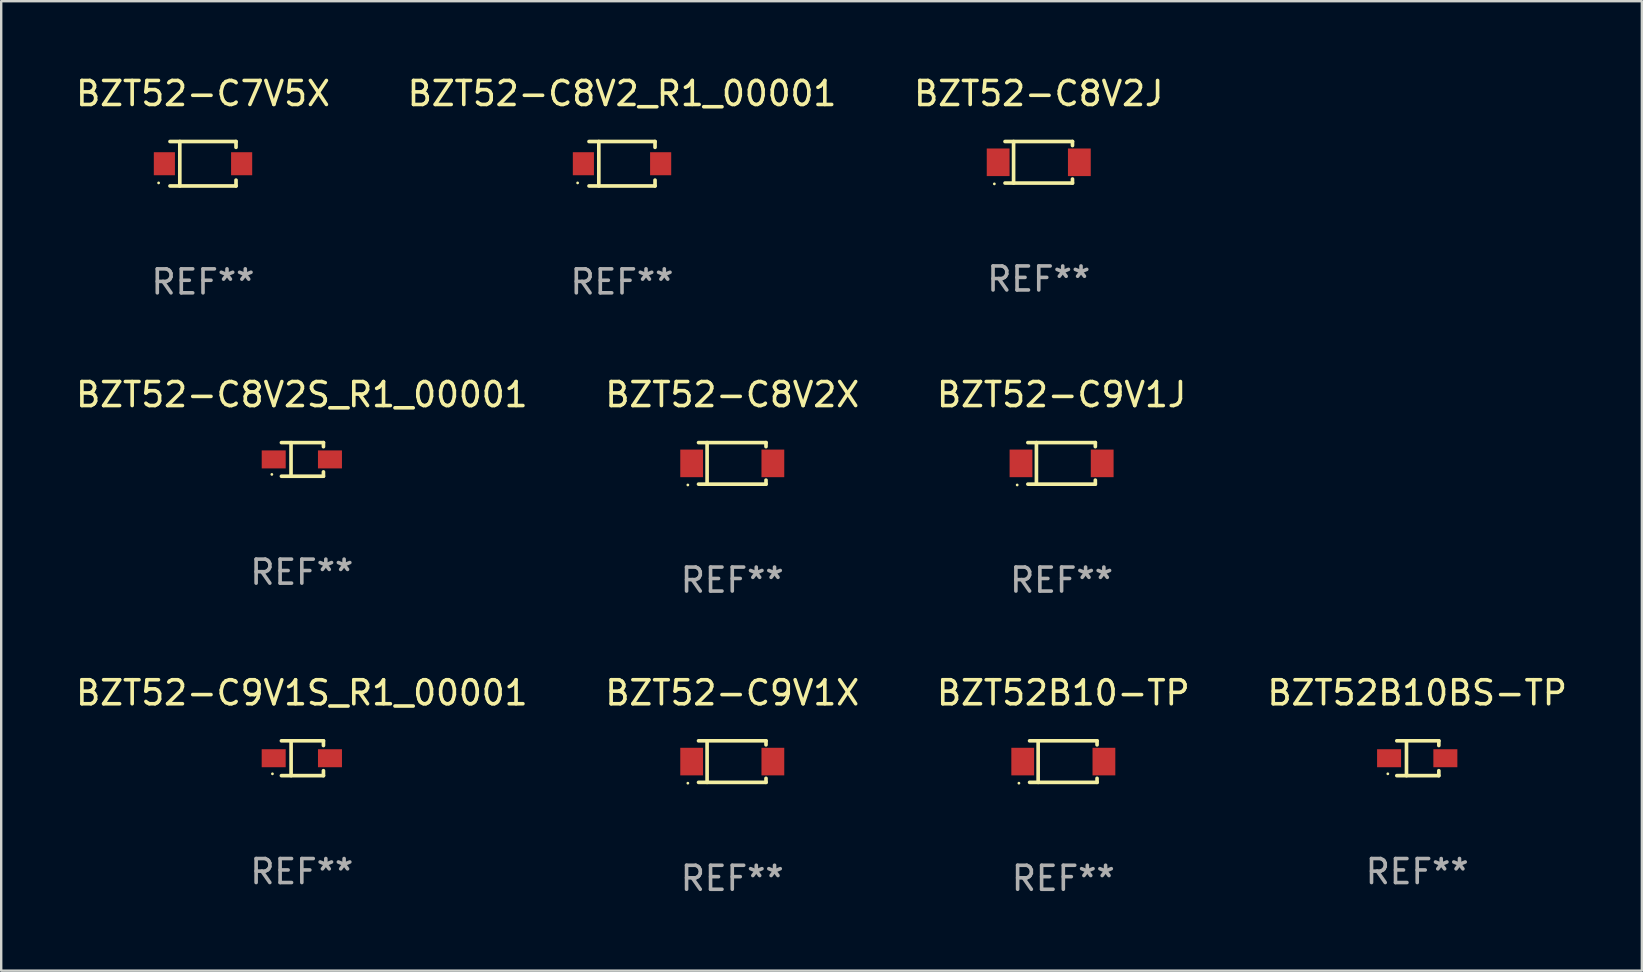
<source format=kicad_pcb>
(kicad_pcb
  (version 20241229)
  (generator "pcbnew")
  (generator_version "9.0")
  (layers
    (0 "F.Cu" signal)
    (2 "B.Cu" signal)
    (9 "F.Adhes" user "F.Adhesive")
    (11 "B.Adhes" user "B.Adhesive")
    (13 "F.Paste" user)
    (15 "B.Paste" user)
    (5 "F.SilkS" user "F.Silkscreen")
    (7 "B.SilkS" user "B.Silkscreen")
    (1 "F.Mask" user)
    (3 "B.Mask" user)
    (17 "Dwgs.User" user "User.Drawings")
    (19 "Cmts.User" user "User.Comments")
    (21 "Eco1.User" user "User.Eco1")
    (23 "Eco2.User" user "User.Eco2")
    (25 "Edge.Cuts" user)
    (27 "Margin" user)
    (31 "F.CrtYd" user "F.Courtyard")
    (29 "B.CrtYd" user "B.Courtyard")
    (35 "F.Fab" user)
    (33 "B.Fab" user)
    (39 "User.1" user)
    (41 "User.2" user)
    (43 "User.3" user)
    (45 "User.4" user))
  (footprint "BZT52-C9V1X"
    (layer "F.Cu")
    (at 27.47 28.692)
    (property "Reference" "BZT52-C9V1X" (at 0 -2.866 0) (layer "F.SilkS") (effects (font (size 1 1) (thickness 0.15))))
    (attr through_hole)
    (fp_line (start -1.406 -0.866) (end 1.406 -0.866) (stroke (width 0.152) (type solid)) (layer "F.SilkS"))
    (fp_line (start -1.406 0.866) (end 1.406 0.866) (stroke (width 0.152) (type solid)) (layer "F.SilkS"))
    (fp_line (start -1.049 -0.866) (end -1.049 0.866) (stroke (width 0.152) (type solid)) (layer "F.SilkS"))
    (fp_line (start 1.406 -0.866) (end 1.406 -0.698) (stroke (width 0.152) (type solid)) (layer "F.SilkS"))
    (fp_line (start 1.406 0.866) (end 1.406 0.698) (stroke (width 0.152) (type solid)) (layer "F.SilkS"))
    (fp_circle (center -1.851 0.9) (end -1.821 0.9) (stroke (width 0.06) (type solid)) (fill no) (layer "F.SilkS"))
    (fp_text user "REF**" (at 0 4.866 0) (layer "F.Fab") (effects (font (size 1 1) (thickness 0.15))))
    (pad "1" smd rect (at -1.692 0) (size 0.95 1.15) (layers "F.Cu" "F.Mask" "F.Paste"))
    (pad "2" smd rect (at 1.692 0) (size 0.95 1.15) (layers "F.Cu" "F.Mask" "F.Paste")))
  (footprint "BZT52-C9V1S_R1_00001"
    (layer "F.Cu")
    (at 9.53 28.552)
    (property "Reference" "BZT52-C9V1S_R1_00001" (at 0 -2.726 0) (layer "F.SilkS") (effects (font (size 1 1) (thickness 0.15))))
    (attr through_hole)
    (fp_line (start -0.851 -0.726) (end 0.901 -0.726) (stroke (width 0.152) (type solid)) (layer "F.SilkS"))
    (fp_line (start -0.851 0.726) (end 0.901 0.726) (stroke (width 0.152) (type solid)) (layer "F.SilkS"))
    (fp_line (start -0.447 -0.726) (end -0.447 0.726) (stroke (width 0.152) (type solid)) (layer "F.SilkS"))
    (fp_line (start 0.901 -0.726) (end 0.901 -0.53) (stroke (width 0.152) (type solid)) (layer "F.SilkS"))
    (fp_line (start 0.901 0.726) (end 0.901 0.52) (stroke (width 0.152) (type solid)) (layer "F.SilkS"))
    (fp_circle (center -1.225 0.65) (end -1.195 0.65) (stroke (width 0.06) (type solid)) (fill no) (layer "F.SilkS"))
    (fp_text user "REF**" (at 0 4.726 0) (layer "F.Fab") (effects (font (size 1 1) (thickness 0.15))))
    (pad "1" smd rect (at -1.173 0) (size 1 0.75) (layers "F.Cu" "F.Mask" "F.Paste"))
    (pad "2" smd rect (at 1.173 0) (size 1 0.75) (layers "F.Cu" "F.Mask" "F.Paste")))
  (footprint "BZT52-C8V2S_R1_00001"
    (layer "F.Cu")
    (at 9.53 16.098)
    (property "Reference" "BZT52-C8V2S_R1_00001" (at 0 -2.701 0) (layer "F.SilkS") (effects (font (size 1 1) (thickness 0.15))))
    (attr through_hole)
    (fp_line (start -0.851 -0.701) (end 0.901 -0.701) (stroke (width 0.152) (type solid)) (layer "F.SilkS"))
    (fp_line (start -0.851 0.701) (end 0.901 0.701) (stroke (width 0.152) (type solid)) (layer "F.SilkS"))
    (fp_line (start -0.45 -0.7) (end -0.45 0.69) (stroke (width 0.152) (type solid)) (layer "F.SilkS"))
    (fp_line (start 0.9 -0.7) (end 0.901 -0.53) (stroke (width 0.152) (type solid)) (layer "F.SilkS"))
    (fp_line (start 0.9 0.7) (end 0.901 0.52) (stroke (width 0.152) (type solid)) (layer "F.SilkS"))
    (fp_circle (center -1.25 0.625) (end -1.22 0.625) (stroke (width 0.06) (type solid)) (fill no) (layer "F.SilkS"))
    (fp_text user "REF**" (at 0 4.701 0) (layer "F.Fab") (effects (font (size 1 1) (thickness 0.15))))
    (pad "1" smd rect (at -1.172 -0.000102) (size 1 0.75) (layers "F.Cu" "F.Mask" "F.Paste"))
    (pad "2" smd rect (at 1.172 -0.000102) (size 1 0.75) (layers "F.Cu" "F.Mask" "F.Paste")))
  (footprint "BZT52B10BS-TP"
    (layer "F.Cu")
    (at 56.018 28.552)
    (property "Reference" "BZT52B10BS-TP" (at 0 -2.726 0) (layer "F.SilkS") (effects (font (size 1 1) (thickness 0.15))))
    (attr through_hole)
    (fp_line (start -0.851 -0.726) (end 0.901 -0.726) (stroke (width 0.152) (type solid)) (layer "F.SilkS"))
    (fp_line (start -0.851 0.726) (end 0.901 0.726) (stroke (width 0.152) (type solid)) (layer "F.SilkS"))
    (fp_line (start -0.447 -0.726) (end -0.447 0.726) (stroke (width 0.152) (type solid)) (layer "F.SilkS"))
    (fp_line (start 0.901 -0.726) (end 0.901 -0.53) (stroke (width 0.152) (type solid)) (layer "F.SilkS"))
    (fp_line (start 0.901 0.726) (end 0.901 0.52) (stroke (width 0.152) (type solid)) (layer "F.SilkS"))
    (fp_circle (center -1.225 0.65) (end -1.195 0.65) (stroke (width 0.06) (type solid)) (fill no) (layer "F.SilkS"))
    (fp_text user "REF**" (at 0 4.726 0) (layer "F.Fab") (effects (font (size 1 1) (thickness 0.15))))
    (pad "1" smd rect (at -1.173 0) (size 1 0.75) (layers "F.Cu" "F.Mask" "F.Paste"))
    (pad "2" smd rect (at 1.173 0) (size 1 0.75) (layers "F.Cu" "F.Mask" "F.Paste")))
  (footprint "BZT52-C8V2J"
    (layer "F.Cu")
    (at 40.244 3.714)
    (property "Reference" "BZT52-C8V2J" (at 0 -2.866 0) (layer "F.SilkS") (effects (font (size 1 1) (thickness 0.15))))
    (attr through_hole)
    (fp_line (start -1.406 -0.866) (end 1.406 -0.866) (stroke (width 0.152) (type solid)) (layer "F.SilkS"))
    (fp_line (start -1.406 0.866) (end 1.406 0.866) (stroke (width 0.152) (type solid)) (layer "F.SilkS"))
    (fp_line (start -1.049 -0.866) (end -1.049 0.866) (stroke (width 0.152) (type solid)) (layer "F.SilkS"))
    (fp_line (start 1.406 -0.866) (end 1.406 -0.698) (stroke (width 0.152) (type solid)) (layer "F.SilkS"))
    (fp_line (start 1.406 0.866) (end 1.406 0.698) (stroke (width 0.152) (type solid)) (layer "F.SilkS"))
    (fp_circle (center -1.851 0.9) (end -1.821 0.9) (stroke (width 0.06) (type solid)) (fill no) (layer "F.SilkS"))
    (fp_text user "REF**" (at 0 4.866 0) (layer "F.Fab") (effects (font (size 1 1) (thickness 0.15))))
    (pad "1" smd rect (at -1.692 0) (size 0.95 1.15) (layers "F.Cu" "F.Mask" "F.Paste"))
    (pad "2" smd rect (at 1.692 0) (size 0.95 1.15) (layers "F.Cu" "F.Mask" "F.Paste")))
  (footprint "BZT52-C8V2_R1_00001"
    (layer "F.Cu")
    (at 22.875 3.774)
    (property "Reference" "BZT52-C8V2_R1_00001" (at 0 -2.926 0) (layer "F.SilkS") (effects (font (size 1 1) (thickness 0.15))))
    (attr through_hole)
    (fp_line (start -1.376 -0.926) (end 1.376 -0.926) (stroke (width 0.152) (type solid)) (layer "F.SilkS"))
    (fp_line (start -1.376 0.926) (end 1.376 0.926) (stroke (width 0.152) (type solid)) (layer "F.SilkS"))
    (fp_line (start -0.967 -0.926) (end -0.967 0.926) (stroke (width 0.152) (type solid)) (layer "F.SilkS"))
    (fp_line (start 1.376 -0.926) (end 1.376 -0.683) (stroke (width 0.152) (type solid)) (layer "F.SilkS"))
    (fp_line (start 1.376 0.926) (end 1.376 0.683) (stroke (width 0.152) (type solid)) (layer "F.SilkS"))
    (fp_circle (center -1.85 0.8) (end -1.82 0.8) (stroke (width 0.06) (type solid)) (fill no) (layer "F.SilkS"))
    (fp_text user "REF**" (at 0 4.926 0) (layer "F.Fab") (effects (font (size 1 1) (thickness 0.15))))
    (pad "1" smd rect (at -1.61 0) (size 0.88 0.96) (layers "F.Cu" "F.Mask" "F.Paste"))
    (pad "2" smd rect (at 1.61 0) (size 0.88 0.96) (layers "F.Cu" "F.Mask" "F.Paste")))
  (footprint "BZT52-C7V5X"
    (layer "F.Cu")
    (at 5.411 3.774)
    (property "Reference" "BZT52-C7V5X" (at 0 -2.926 0) (layer "F.SilkS") (effects (font (size 1 1) (thickness 0.15))))
    (attr through_hole)
    (fp_line (start -1.376 -0.926) (end 1.376 -0.926) (stroke (width 0.152) (type solid)) (layer "F.SilkS"))
    (fp_line (start -1.376 0.926) (end 1.376 0.926) (stroke (width 0.152) (type solid)) (layer "F.SilkS"))
    (fp_line (start -0.967 -0.926) (end -0.967 0.926) (stroke (width 0.152) (type solid)) (layer "F.SilkS"))
    (fp_line (start 1.376 -0.926) (end 1.376 -0.683) (stroke (width 0.152) (type solid)) (layer "F.SilkS"))
    (fp_line (start 1.376 0.926) (end 1.376 0.683) (stroke (width 0.152) (type solid)) (layer "F.SilkS"))
    (fp_circle (center -1.85 0.8) (end -1.82 0.8) (stroke (width 0.06) (type solid)) (fill no) (layer "F.SilkS"))
    (fp_text user "REF**" (at 0 4.926 0) (layer "F.Fab") (effects (font (size 1 1) (thickness 0.15))))
    (pad "1" smd rect (at -1.61 0) (size 0.88 0.96) (layers "F.Cu" "F.Mask" "F.Paste"))
    (pad "2" smd rect (at 1.61 0) (size 0.88 0.96) (layers "F.Cu" "F.Mask" "F.Paste")))
  (footprint "BZT52-C8V2X"
    (layer "F.Cu")
    (at 27.47 16.263)
    (property "Reference" "BZT52-C8V2X" (at 0 -2.866 0) (layer "F.SilkS") (effects (font (size 1 1) (thickness 0.15))))
    (attr through_hole)
    (fp_line (start -1.406 -0.866) (end 1.406 -0.866) (stroke (width 0.152) (type solid)) (layer "F.SilkS"))
    (fp_line (start -1.406 0.866) (end 1.406 0.866) (stroke (width 0.152) (type solid)) (layer "F.SilkS"))
    (fp_line (start -1.049 -0.866) (end -1.049 0.866) (stroke (width 0.152) (type solid)) (layer "F.SilkS"))
    (fp_line (start 1.406 -0.866) (end 1.406 -0.698) (stroke (width 0.152) (type solid)) (layer "F.SilkS"))
    (fp_line (start 1.406 0.866) (end 1.406 0.698) (stroke (width 0.152) (type solid)) (layer "F.SilkS"))
    (fp_circle (center -1.851 0.9) (end -1.821 0.9) (stroke (width 0.06) (type solid)) (fill no) (layer "F.SilkS"))
    (fp_text user "REF**" (at 0 4.866 0) (layer "F.Fab") (effects (font (size 1 1) (thickness 0.15))))
    (pad "1" smd rect (at -1.692 0) (size 0.95 1.15) (layers "F.Cu" "F.Mask" "F.Paste"))
    (pad "2" smd rect (at 1.692 0) (size 0.95 1.15) (layers "F.Cu" "F.Mask" "F.Paste")))
  (footprint "BZT52-C9V1J"
    (layer "F.Cu")
    (at 41.196 16.263)
    (property "Reference" "BZT52-C9V1J" (at 0 -2.866 0) (layer "F.SilkS") (effects (font (size 1 1) (thickness 0.15))))
    (attr through_hole)
    (fp_line (start -1.406 -0.866) (end 1.406 -0.866) (stroke (width 0.152) (type solid)) (layer "F.SilkS"))
    (fp_line (start -1.406 0.866) (end 1.406 0.866) (stroke (width 0.152) (type solid)) (layer "F.SilkS"))
    (fp_line (start -1.049 -0.866) (end -1.049 0.866) (stroke (width 0.152) (type solid)) (layer "F.SilkS"))
    (fp_line (start 1.406 -0.866) (end 1.406 -0.698) (stroke (width 0.152) (type solid)) (layer "F.SilkS"))
    (fp_line (start 1.406 0.866) (end 1.406 0.698) (stroke (width 0.152) (type solid)) (layer "F.SilkS"))
    (fp_circle (center -1.851 0.9) (end -1.821 0.9) (stroke (width 0.06) (type solid)) (fill no) (layer "F.SilkS"))
    (fp_text user "REF**" (at 0 4.866 0) (layer "F.Fab") (effects (font (size 1 1) (thickness 0.15))))
    (pad "1" smd rect (at -1.692 0) (size 0.95 1.15) (layers "F.Cu" "F.Mask" "F.Paste"))
    (pad "2" smd rect (at 1.692 0) (size 0.95 1.15) (layers "F.Cu" "F.Mask" "F.Paste")))
  (footprint "BZT52B10-TP"
    (layer "F.Cu")
    (at 41.268 28.692)
    (property "Reference" "BZT52B10-TP" (at 0 -2.866 0) (layer "F.SilkS") (effects (font (size 1 1) (thickness 0.15))))
    (attr through_hole)
    (fp_line (start -1.406 -0.866) (end 1.406 -0.866) (stroke (width 0.152) (type solid)) (layer "F.SilkS"))
    (fp_line (start -1.406 0.866) (end 1.406 0.866) (stroke (width 0.152) (type solid)) (layer "F.SilkS"))
    (fp_line (start -1.049 -0.866) (end -1.049 0.866) (stroke (width 0.152) (type solid)) (layer "F.SilkS"))
    (fp_line (start 1.406 -0.866) (end 1.406 -0.698) (stroke (width 0.152) (type solid)) (layer "F.SilkS"))
    (fp_line (start 1.406 0.866) (end 1.406 0.698) (stroke (width 0.152) (type solid)) (layer "F.SilkS"))
    (fp_circle (center -1.851 0.9) (end -1.821 0.9) (stroke (width 0.06) (type solid)) (fill no) (layer "F.SilkS"))
    (fp_text user "REF**" (at 0 4.866 0) (layer "F.Fab") (effects (font (size 1 1) (thickness 0.15))))
    (pad "1" smd rect (at -1.692 0) (size 0.95 1.15) (layers "F.Cu" "F.Mask" "F.Paste"))
    (pad "2" smd rect (at 1.692 0) (size 0.95 1.15) (layers "F.Cu" "F.Mask" "F.Paste")))
  (gr_rect
    (start -3 -3)
    (end 65.381 37.407)
    (stroke (width 0.1) (type default))
    (fill no)
    (layer "Edge.Cuts")))
</source>
